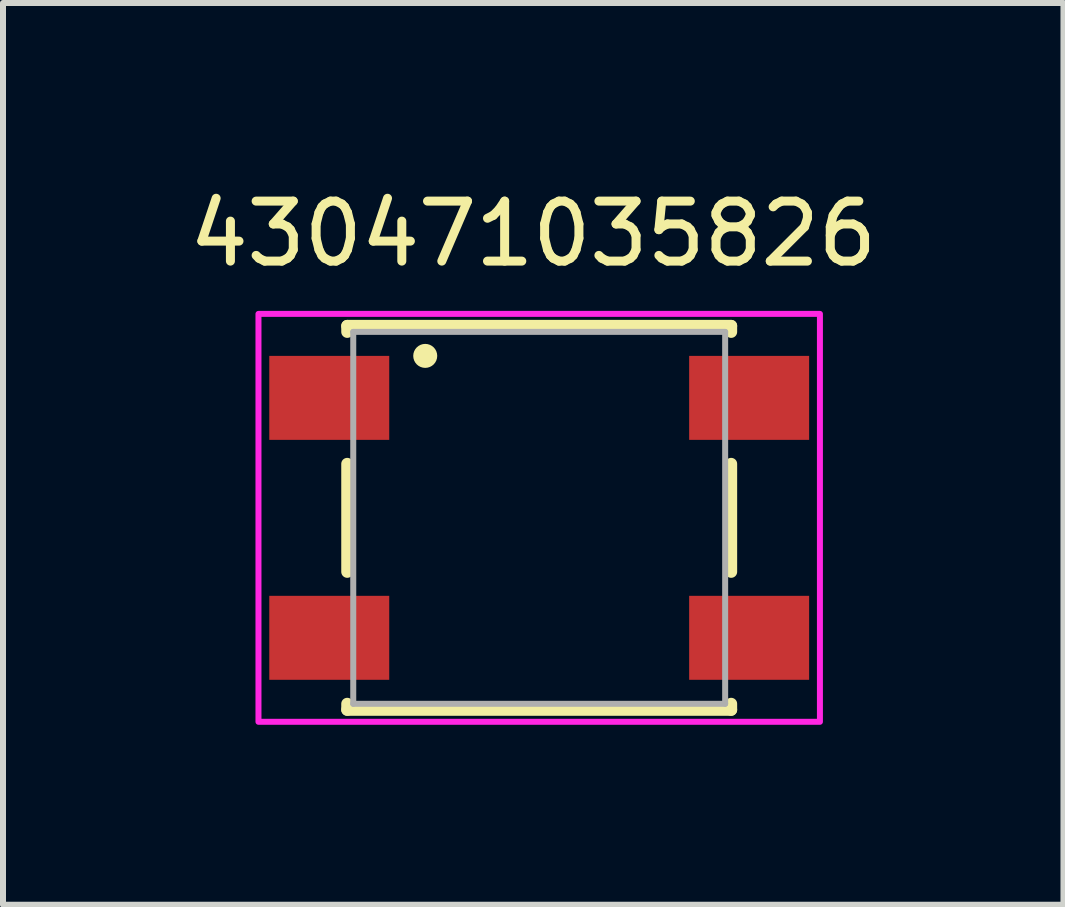
<source format=kicad_pcb>
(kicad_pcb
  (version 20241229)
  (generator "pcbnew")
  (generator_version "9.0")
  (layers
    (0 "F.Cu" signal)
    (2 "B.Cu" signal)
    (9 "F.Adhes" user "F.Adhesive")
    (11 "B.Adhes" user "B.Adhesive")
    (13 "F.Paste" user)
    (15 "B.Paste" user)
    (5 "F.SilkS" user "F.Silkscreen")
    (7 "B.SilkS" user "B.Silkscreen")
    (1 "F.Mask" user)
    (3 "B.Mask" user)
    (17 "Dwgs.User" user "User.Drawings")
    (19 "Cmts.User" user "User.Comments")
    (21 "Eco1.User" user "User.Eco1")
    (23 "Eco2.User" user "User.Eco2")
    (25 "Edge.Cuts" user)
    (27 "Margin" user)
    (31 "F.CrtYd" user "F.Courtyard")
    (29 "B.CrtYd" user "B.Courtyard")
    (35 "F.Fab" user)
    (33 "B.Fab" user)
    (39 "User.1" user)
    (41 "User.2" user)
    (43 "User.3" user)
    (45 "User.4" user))
  (footprint "430471035826"
    (layer "F.Cu")
    (at 5.939 5.583)
    (property "Reference" "430471035826" (at -0.1 -4.735 0) (layer "F.SilkS") (effects (font (size 1 1) (thickness 0.15))))
    (attr smd)
    (fp_line (start -3.2 -3.2) (end 3.2 -3.2) (stroke (width 0.2) (type solid)) (layer "F.SilkS"))
    (fp_line (start -3.2 -3.1) (end -3.2 -3.2) (stroke (width 0.2) (type solid)) (layer "F.SilkS"))
    (fp_line (start -3.2 -0.9) (end -3.2 0.9) (stroke (width 0.2) (type solid)) (layer "F.SilkS"))
    (fp_line (start -3.2 3.1) (end -3.2 3.2) (stroke (width 0.2) (type solid)) (layer "F.SilkS"))
    (fp_line (start -3.2 3.2) (end 3.2 3.2) (stroke (width 0.2) (type solid)) (layer "F.SilkS"))
    (fp_line (start 3.2 -3.2) (end 3.2 -3.1) (stroke (width 0.2) (type solid)) (layer "F.SilkS"))
    (fp_line (start 3.2 -0.9) (end 3.2 0.9) (stroke (width 0.2) (type solid)) (layer "F.SilkS"))
    (fp_line (start 3.2 3.2) (end 3.2 3.1) (stroke (width 0.2) (type solid)) (layer "F.SilkS"))
    (fp_circle (center -1.9 -2.7) (end -1.8 -2.7) (stroke (width 0.2) (type solid)) (fill no) (layer "F.SilkS"))
    (fp_poly (pts (xy -4.68 -3.4) (xy 4.68 -3.4) (xy 4.68 3.4) (xy -4.68 3.4)) (stroke (width 0.1) (type solid)) (fill no) (layer "F.CrtYd"))
    (fp_line (start -3.1 -3.1) (end -3.1 3.1) (stroke (width 0.1) (type solid)) (layer "F.Fab"))
    (fp_line (start -3.1 3.1) (end 3.1 3.1) (stroke (width 0.1) (type solid)) (layer "F.Fab"))
    (fp_line (start 3.1 -3.1) (end -3.1 -3.1) (stroke (width 0.1) (type solid)) (layer "F.Fab"))
    (fp_line (start 3.1 3.1) (end 3.1 -3.1) (stroke (width 0.1) (type solid)) (layer "F.Fab"))
    (pad "1" smd rect (at -3.5 -2) (size 2 1.4) (layers "F.Cu" "F.Mask" "F.Paste"))
    (pad "2" smd rect (at 3.5 -2) (size 2 1.4) (layers "F.Cu" "F.Mask" "F.Paste"))
    (pad "3" smd rect (at -3.5 2) (size 2 1.4) (layers "F.Cu" "F.Mask" "F.Paste"))
    (pad "4" smd rect (at 3.5 2) (size 2 1.4) (layers "F.Cu" "F.Mask" "F.Paste")))
  (gr_rect
    (start -3 -3)
    (end 14.679 12.033)
    (stroke (width 0.1) (type default))
    (fill no)
    (layer "Edge.Cuts")))
</source>
